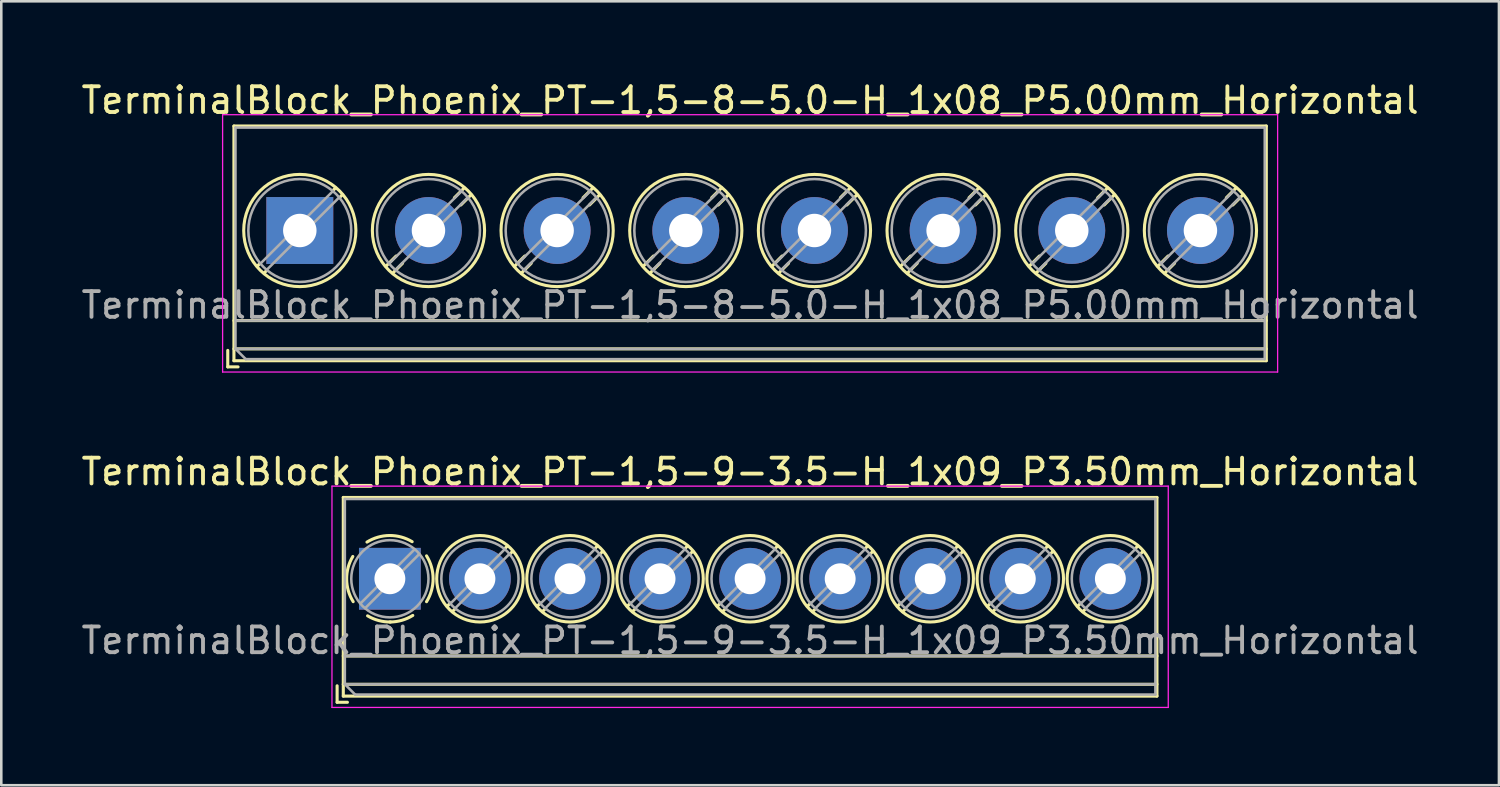
<source format=kicad_pcb>
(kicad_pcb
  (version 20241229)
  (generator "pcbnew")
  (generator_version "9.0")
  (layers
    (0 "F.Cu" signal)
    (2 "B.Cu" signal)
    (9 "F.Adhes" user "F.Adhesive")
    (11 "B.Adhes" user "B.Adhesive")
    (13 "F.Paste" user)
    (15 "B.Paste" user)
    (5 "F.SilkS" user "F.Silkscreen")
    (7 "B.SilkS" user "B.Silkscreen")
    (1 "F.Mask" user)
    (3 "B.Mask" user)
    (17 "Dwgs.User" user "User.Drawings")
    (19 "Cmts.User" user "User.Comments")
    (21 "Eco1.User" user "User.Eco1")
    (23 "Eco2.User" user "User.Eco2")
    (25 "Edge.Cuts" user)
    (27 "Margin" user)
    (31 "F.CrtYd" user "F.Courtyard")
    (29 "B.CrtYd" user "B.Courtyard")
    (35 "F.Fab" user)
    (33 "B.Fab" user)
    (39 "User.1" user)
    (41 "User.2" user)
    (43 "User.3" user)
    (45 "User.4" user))
  (footprint "TerminalBlock_Phoenix_PT-1,5-9-3.5-H_1x09_P3.50mm_Horizontal"
    (layer "F.Cu")
    (at 12.101 19.442)
    (property "Reference" "TerminalBlock_Phoenix_PT-1,5-9-3.5-H_1x09_P3.50mm_Horizontal" (at 14 -4.16 0) (layer "F.SilkS") (effects (font (size 1 1) (thickness 0.15))))
    (attr through_hole)
    (fp_line (start -2.05 4.16) (end -2.05 4.8) (stroke (width 0.12) (type solid)) (layer "F.SilkS"))
    (fp_line (start -2.05 4.8) (end -1.65 4.8) (stroke (width 0.12) (type solid)) (layer "F.SilkS"))
    (fp_line (start -1.81 -3.16) (end -1.81 4.56) (stroke (width 0.12) (type solid)) (layer "F.SilkS"))
    (fp_line (start -1.81 -3.16) (end 29.81 -3.16) (stroke (width 0.12) (type solid)) (layer "F.SilkS"))
    (fp_line (start -1.81 3) (end 29.81 3) (stroke (width 0.12) (type solid)) (layer "F.SilkS"))
    (fp_line (start -1.81 4.1) (end 29.81 4.1) (stroke (width 0.12) (type solid)) (layer "F.SilkS"))
    (fp_line (start -1.81 4.56) (end 29.81 4.56) (stroke (width 0.12) (type solid)) (layer "F.SilkS"))
    (fp_line (start 2.355 0.941) (end 2.226 1.069) (stroke (width 0.12) (type solid)) (layer "F.SilkS"))
    (fp_line (start 2.525 1.181) (end 2.431 1.274) (stroke (width 0.12) (type solid)) (layer "F.SilkS"))
    (fp_line (start 4.57 -1.275) (end 4.476 -1.181) (stroke (width 0.12) (type solid)) (layer "F.SilkS"))
    (fp_line (start 4.775 -1.069) (end 4.646 -0.941) (stroke (width 0.12) (type solid)) (layer "F.SilkS"))
    (fp_line (start 5.855 0.941) (end 5.726 1.069) (stroke (width 0.12) (type solid)) (layer "F.SilkS"))
    (fp_line (start 6.025 1.181) (end 5.931 1.274) (stroke (width 0.12) (type solid)) (layer "F.SilkS"))
    (fp_line (start 8.07 -1.275) (end 7.976 -1.181) (stroke (width 0.12) (type solid)) (layer "F.SilkS"))
    (fp_line (start 8.275 -1.069) (end 8.146 -0.941) (stroke (width 0.12) (type solid)) (layer "F.SilkS"))
    (fp_line (start 9.355 0.941) (end 9.226 1.069) (stroke (width 0.12) (type solid)) (layer "F.SilkS"))
    (fp_line (start 9.525 1.181) (end 9.431 1.274) (stroke (width 0.12) (type solid)) (layer "F.SilkS"))
    (fp_line (start 11.57 -1.275) (end 11.476 -1.181) (stroke (width 0.12) (type solid)) (layer "F.SilkS"))
    (fp_line (start 11.775 -1.069) (end 11.646 -0.941) (stroke (width 0.12) (type solid)) (layer "F.SilkS"))
    (fp_line (start 12.855 0.941) (end 12.726 1.069) (stroke (width 0.12) (type solid)) (layer "F.SilkS"))
    (fp_line (start 13.025 1.181) (end 12.931 1.274) (stroke (width 0.12) (type solid)) (layer "F.SilkS"))
    (fp_line (start 15.07 -1.275) (end 14.976 -1.181) (stroke (width 0.12) (type solid)) (layer "F.SilkS"))
    (fp_line (start 15.275 -1.069) (end 15.146 -0.941) (stroke (width 0.12) (type solid)) (layer "F.SilkS"))
    (fp_line (start 16.355 0.941) (end 16.226 1.069) (stroke (width 0.12) (type solid)) (layer "F.SilkS"))
    (fp_line (start 16.525 1.181) (end 16.431 1.274) (stroke (width 0.12) (type solid)) (layer "F.SilkS"))
    (fp_line (start 18.57 -1.275) (end 18.476 -1.181) (stroke (width 0.12) (type solid)) (layer "F.SilkS"))
    (fp_line (start 18.775 -1.069) (end 18.646 -0.941) (stroke (width 0.12) (type solid)) (layer "F.SilkS"))
    (fp_line (start 19.855 0.941) (end 19.726 1.069) (stroke (width 0.12) (type solid)) (layer "F.SilkS"))
    (fp_line (start 20.025 1.181) (end 19.931 1.274) (stroke (width 0.12) (type solid)) (layer "F.SilkS"))
    (fp_line (start 22.07 -1.275) (end 21.976 -1.181) (stroke (width 0.12) (type solid)) (layer "F.SilkS"))
    (fp_line (start 22.275 -1.069) (end 22.146 -0.941) (stroke (width 0.12) (type solid)) (layer "F.SilkS"))
    (fp_line (start 23.355 0.941) (end 23.226 1.069) (stroke (width 0.12) (type solid)) (layer "F.SilkS"))
    (fp_line (start 23.525 1.181) (end 23.431 1.274) (stroke (width 0.12) (type solid)) (layer "F.SilkS"))
    (fp_line (start 25.57 -1.275) (end 25.476 -1.181) (stroke (width 0.12) (type solid)) (layer "F.SilkS"))
    (fp_line (start 25.775 -1.069) (end 25.646 -0.941) (stroke (width 0.12) (type solid)) (layer "F.SilkS"))
    (fp_line (start 26.855 0.941) (end 26.726 1.069) (stroke (width 0.12) (type solid)) (layer "F.SilkS"))
    (fp_line (start 27.025 1.181) (end 26.931 1.274) (stroke (width 0.12) (type solid)) (layer "F.SilkS"))
    (fp_line (start 29.07 -1.275) (end 28.976 -1.181) (stroke (width 0.12) (type solid)) (layer "F.SilkS"))
    (fp_line (start 29.275 -1.069) (end 29.146 -0.941) (stroke (width 0.12) (type solid)) (layer "F.SilkS"))
    (fp_line (start 29.81 -3.16) (end 29.81 4.56) (stroke (width 0.12) (type solid)) (layer "F.SilkS"))
    (fp_arc (start -1.425358 0.889894) (mid -1.680286 0.014012) (end -1.44 -0.866) (stroke (width 0.12) (type solid)) (layer "F.SilkS"))
    (fp_arc (start -0.889894 -1.425358) (mid -0.014012 -1.680286) (end 0.866 -1.44) (stroke (width 0.12) (type solid)) (layer "F.SilkS"))
    (fp_arc (start 0.028674 1.680099) (mid -0.435535 1.622918) (end -0.866 1.44) (stroke (width 0.12) (type solid)) (layer "F.SilkS"))
    (fp_arc (start 0.890264 1.424721) (mid 0.463071 1.61492) (end 0 1.68) (stroke (width 0.12) (type solid)) (layer "F.SilkS"))
    (fp_arc (start 1.425504 -0.890193) (mid 1.680626 0.000476) (end 1.425 0.891) (stroke (width 0.12) (type solid)) (layer "F.SilkS"))
    (fp_circle (center 3.5 0) (end 5.18 0) (stroke (width 0.12) (type solid)) (fill no) (layer "F.SilkS"))
    (fp_circle (center 7 0) (end 8.68 0) (stroke (width 0.12) (type solid)) (fill no) (layer "F.SilkS"))
    (fp_circle (center 10.5 0) (end 12.18 0) (stroke (width 0.12) (type solid)) (fill no) (layer "F.SilkS"))
    (fp_circle (center 14 0) (end 15.68 0) (stroke (width 0.12) (type solid)) (fill no) (layer "F.SilkS"))
    (fp_circle (center 17.5 0) (end 19.18 0) (stroke (width 0.12) (type solid)) (fill no) (layer "F.SilkS"))
    (fp_circle (center 21 0) (end 22.68 0) (stroke (width 0.12) (type solid)) (fill no) (layer "F.SilkS"))
    (fp_circle (center 24.5 0) (end 26.18 0) (stroke (width 0.12) (type solid)) (fill no) (layer "F.SilkS"))
    (fp_circle (center 28 0) (end 29.68 0) (stroke (width 0.12) (type solid)) (fill no) (layer "F.SilkS"))
    (fp_line (start -2.25 -3.6) (end -2.25 5) (stroke (width 0.05) (type solid)) (layer "F.CrtYd"))
    (fp_line (start -2.25 5) (end 30.25 5) (stroke (width 0.05) (type solid)) (layer "F.CrtYd"))
    (fp_line (start 30.25 -3.6) (end -2.25 -3.6) (stroke (width 0.05) (type solid)) (layer "F.CrtYd"))
    (fp_line (start 30.25 5) (end 30.25 -3.6) (stroke (width 0.05) (type solid)) (layer "F.CrtYd"))
    (fp_line (start -1.75 -3.1) (end 29.75 -3.1) (stroke (width 0.1) (type solid)) (layer "F.Fab"))
    (fp_line (start -1.75 3) (end 29.75 3) (stroke (width 0.1) (type solid)) (layer "F.Fab"))
    (fp_line (start -1.75 4.1) (end -1.75 -3.1) (stroke (width 0.1) (type solid)) (layer "F.Fab"))
    (fp_line (start -1.75 4.1) (end 29.75 4.1) (stroke (width 0.1) (type solid)) (layer "F.Fab"))
    (fp_line (start -1.35 4.5) (end -1.75 4.1) (stroke (width 0.1) (type solid)) (layer "F.Fab"))
    (fp_line (start 0.955 -1.138) (end -1.138 0.955) (stroke (width 0.1) (type solid)) (layer "F.Fab"))
    (fp_line (start 1.138 -0.955) (end -0.955 1.138) (stroke (width 0.1) (type solid)) (layer "F.Fab"))
    (fp_line (start 4.455 -1.138) (end 2.363 0.955) (stroke (width 0.1) (type solid)) (layer "F.Fab"))
    (fp_line (start 4.638 -0.955) (end 2.546 1.138) (stroke (width 0.1) (type solid)) (layer "F.Fab"))
    (fp_line (start 7.955 -1.138) (end 5.863 0.955) (stroke (width 0.1) (type solid)) (layer "F.Fab"))
    (fp_line (start 8.138 -0.955) (end 6.046 1.138) (stroke (width 0.1) (type solid)) (layer "F.Fab"))
    (fp_line (start 11.455 -1.138) (end 9.363 0.955) (stroke (width 0.1) (type solid)) (layer "F.Fab"))
    (fp_line (start 11.638 -0.955) (end 9.546 1.138) (stroke (width 0.1) (type solid)) (layer "F.Fab"))
    (fp_line (start 14.955 -1.138) (end 12.863 0.955) (stroke (width 0.1) (type solid)) (layer "F.Fab"))
    (fp_line (start 15.138 -0.955) (end 13.046 1.138) (stroke (width 0.1) (type solid)) (layer "F.Fab"))
    (fp_line (start 18.455 -1.138) (end 16.363 0.955) (stroke (width 0.1) (type solid)) (layer "F.Fab"))
    (fp_line (start 18.638 -0.955) (end 16.546 1.138) (stroke (width 0.1) (type solid)) (layer "F.Fab"))
    (fp_line (start 21.955 -1.138) (end 19.863 0.955) (stroke (width 0.1) (type solid)) (layer "F.Fab"))
    (fp_line (start 22.138 -0.955) (end 20.046 1.138) (stroke (width 0.1) (type solid)) (layer "F.Fab"))
    (fp_line (start 25.455 -1.138) (end 23.363 0.955) (stroke (width 0.1) (type solid)) (layer "F.Fab"))
    (fp_line (start 25.638 -0.955) (end 23.546 1.138) (stroke (width 0.1) (type solid)) (layer "F.Fab"))
    (fp_line (start 28.955 -1.138) (end 26.863 0.955) (stroke (width 0.1) (type solid)) (layer "F.Fab"))
    (fp_line (start 29.138 -0.955) (end 27.046 1.138) (stroke (width 0.1) (type solid)) (layer "F.Fab"))
    (fp_line (start 29.75 -3.1) (end 29.75 4.5) (stroke (width 0.1) (type solid)) (layer "F.Fab"))
    (fp_line (start 29.75 4.5) (end -1.35 4.5) (stroke (width 0.1) (type solid)) (layer "F.Fab"))
    (fp_circle (center 0 0) (end 1.5 0) (stroke (width 0.1) (type solid)) (fill no) (layer "F.Fab"))
    (fp_circle (center 3.5 0) (end 5 0) (stroke (width 0.1) (type solid)) (fill no) (layer "F.Fab"))
    (fp_circle (center 7 0) (end 8.5 0) (stroke (width 0.1) (type solid)) (fill no) (layer "F.Fab"))
    (fp_circle (center 10.5 0) (end 12 0) (stroke (width 0.1) (type solid)) (fill no) (layer "F.Fab"))
    (fp_circle (center 14 0) (end 15.5 0) (stroke (width 0.1) (type solid)) (fill no) (layer "F.Fab"))
    (fp_circle (center 17.5 0) (end 19 0) (stroke (width 0.1) (type solid)) (fill no) (layer "F.Fab"))
    (fp_circle (center 21 0) (end 22.5 0) (stroke (width 0.1) (type solid)) (fill no) (layer "F.Fab"))
    (fp_circle (center 24.5 0) (end 26 0) (stroke (width 0.1) (type solid)) (fill no) (layer "F.Fab"))
    (fp_circle (center 28 0) (end 29.5 0) (stroke (width 0.1) (type solid)) (fill no) (layer "F.Fab"))
    (fp_text user "${REFERENCE}" (at 14 2.4 0) (layer "F.Fab") (effects (font (size 1 1) (thickness 0.15))))
    (pad "1" thru_hole rect (at 0 0) (size 2.4 2.4) (drill 1.2) (layers "*.Cu" "*.Mask"))
    (pad "2" thru_hole circle (at 3.5 0) (size 2.4 2.4) (drill 1.2) (layers "*.Cu" "*.Mask"))
    (pad "3" thru_hole circle (at 7 0) (size 2.4 2.4) (drill 1.2) (layers "*.Cu" "*.Mask"))
    (pad "4" thru_hole circle (at 10.5 0) (size 2.4 2.4) (drill 1.2) (layers "*.Cu" "*.Mask"))
    (pad "5" thru_hole circle (at 14 0) (size 2.4 2.4) (drill 1.2) (layers "*.Cu" "*.Mask"))
    (pad "6" thru_hole circle (at 17.5 0) (size 2.4 2.4) (drill 1.2) (layers "*.Cu" "*.Mask"))
    (pad "7" thru_hole circle (at 21 0) (size 2.4 2.4) (drill 1.2) (layers "*.Cu" "*.Mask"))
    (pad "8" thru_hole circle (at 24.5 0) (size 2.4 2.4) (drill 1.2) (layers "*.Cu" "*.Mask"))
    (pad "9" thru_hole circle (at 28 0) (size 2.4 2.4) (drill 1.2) (layers "*.Cu" "*.Mask")))
  (footprint "TerminalBlock_Phoenix_PT-1,5-8-5.0-H_1x08_P5.00mm_Horizontal"
    (layer "F.Cu")
    (at 8.601 5.908)
    (property "Reference" "TerminalBlock_Phoenix_PT-1,5-8-5.0-H_1x08_P5.00mm_Horizontal" (at 17.5 -5.06 0) (layer "F.SilkS") (effects (font (size 1 1) (thickness 0.15))))
    (attr through_hole)
    (fp_line (start -2.8 4.66) (end -2.8 5.3) (stroke (width 0.12) (type solid)) (layer "F.SilkS"))
    (fp_line (start -2.8 5.3) (end -2.4 5.3) (stroke (width 0.12) (type solid)) (layer "F.SilkS"))
    (fp_line (start -2.56 -4.06) (end -2.56 5.06) (stroke (width 0.12) (type solid)) (layer "F.SilkS"))
    (fp_line (start -2.56 -4.06) (end 37.56 -4.06) (stroke (width 0.12) (type solid)) (layer "F.SilkS"))
    (fp_line (start -2.56 3.5) (end 37.56 3.5) (stroke (width 0.12) (type solid)) (layer "F.SilkS"))
    (fp_line (start -2.56 4.6) (end 37.56 4.6) (stroke (width 0.12) (type solid)) (layer "F.SilkS"))
    (fp_line (start -2.56 5.06) (end 37.56 5.06) (stroke (width 0.12) (type solid)) (layer "F.SilkS"))
    (fp_line (start -1.548 1.281) (end -1.654 1.388) (stroke (width 0.12) (type solid)) (layer "F.SilkS"))
    (fp_line (start -1.282 1.547) (end -1.388 1.654) (stroke (width 0.12) (type solid)) (layer "F.SilkS"))
    (fp_line (start 1.388 -1.654) (end 1.281 -1.547) (stroke (width 0.12) (type solid)) (layer "F.SilkS"))
    (fp_line (start 1.654 -1.388) (end 1.547 -1.281) (stroke (width 0.12) (type solid)) (layer "F.SilkS"))
    (fp_line (start 3.742 0.992) (end 3.347 1.388) (stroke (width 0.12) (type solid)) (layer "F.SilkS"))
    (fp_line (start 3.993 1.274) (end 3.613 1.654) (stroke (width 0.12) (type solid)) (layer "F.SilkS"))
    (fp_line (start 6.388 -1.654) (end 6.008 -1.274) (stroke (width 0.12) (type solid)) (layer "F.SilkS"))
    (fp_line (start 6.654 -1.388) (end 6.259 -0.992) (stroke (width 0.12) (type solid)) (layer "F.SilkS"))
    (fp_line (start 8.742 0.992) (end 8.347 1.388) (stroke (width 0.12) (type solid)) (layer "F.SilkS"))
    (fp_line (start 8.993 1.274) (end 8.613 1.654) (stroke (width 0.12) (type solid)) (layer "F.SilkS"))
    (fp_line (start 11.388 -1.654) (end 11.008 -1.274) (stroke (width 0.12) (type solid)) (layer "F.SilkS"))
    (fp_line (start 11.654 -1.388) (end 11.259 -0.992) (stroke (width 0.12) (type solid)) (layer "F.SilkS"))
    (fp_line (start 13.742 0.992) (end 13.347 1.388) (stroke (width 0.12) (type solid)) (layer "F.SilkS"))
    (fp_line (start 13.993 1.274) (end 13.613 1.654) (stroke (width 0.12) (type solid)) (layer "F.SilkS"))
    (fp_line (start 16.388 -1.654) (end 16.008 -1.274) (stroke (width 0.12) (type solid)) (layer "F.SilkS"))
    (fp_line (start 16.654 -1.388) (end 16.259 -0.992) (stroke (width 0.12) (type solid)) (layer "F.SilkS"))
    (fp_line (start 18.742 0.992) (end 18.347 1.388) (stroke (width 0.12) (type solid)) (layer "F.SilkS"))
    (fp_line (start 18.993 1.274) (end 18.613 1.654) (stroke (width 0.12) (type solid)) (layer "F.SilkS"))
    (fp_line (start 21.388 -1.654) (end 21.008 -1.274) (stroke (width 0.12) (type solid)) (layer "F.SilkS"))
    (fp_line (start 21.654 -1.388) (end 21.259 -0.992) (stroke (width 0.12) (type solid)) (layer "F.SilkS"))
    (fp_line (start 23.742 0.992) (end 23.347 1.388) (stroke (width 0.12) (type solid)) (layer "F.SilkS"))
    (fp_line (start 23.993 1.274) (end 23.613 1.654) (stroke (width 0.12) (type solid)) (layer "F.SilkS"))
    (fp_line (start 26.388 -1.654) (end 26.008 -1.274) (stroke (width 0.12) (type solid)) (layer "F.SilkS"))
    (fp_line (start 26.654 -1.388) (end 26.259 -0.992) (stroke (width 0.12) (type solid)) (layer "F.SilkS"))
    (fp_line (start 28.742 0.992) (end 28.347 1.388) (stroke (width 0.12) (type solid)) (layer "F.SilkS"))
    (fp_line (start 28.993 1.274) (end 28.613 1.654) (stroke (width 0.12) (type solid)) (layer "F.SilkS"))
    (fp_line (start 31.388 -1.654) (end 31.008 -1.274) (stroke (width 0.12) (type solid)) (layer "F.SilkS"))
    (fp_line (start 31.654 -1.388) (end 31.259 -0.992) (stroke (width 0.12) (type solid)) (layer "F.SilkS"))
    (fp_line (start 33.742 0.992) (end 33.347 1.388) (stroke (width 0.12) (type solid)) (layer "F.SilkS"))
    (fp_line (start 33.993 1.274) (end 33.613 1.654) (stroke (width 0.12) (type solid)) (layer "F.SilkS"))
    (fp_line (start 36.388 -1.654) (end 36.008 -1.274) (stroke (width 0.12) (type solid)) (layer "F.SilkS"))
    (fp_line (start 36.654 -1.388) (end 36.259 -0.992) (stroke (width 0.12) (type solid)) (layer "F.SilkS"))
    (fp_line (start 37.56 -4.06) (end 37.56 5.06) (stroke (width 0.12) (type solid)) (layer "F.SilkS"))
    (fp_circle (center 0 0) (end 2.18 0) (stroke (width 0.12) (type solid)) (fill no) (layer "F.SilkS"))
    (fp_circle (center 5 0) (end 7.18 0) (stroke (width 0.12) (type solid)) (fill no) (layer "F.SilkS"))
    (fp_circle (center 10 0) (end 12.18 0) (stroke (width 0.12) (type solid)) (fill no) (layer "F.SilkS"))
    (fp_circle (center 15 0) (end 17.18 0) (stroke (width 0.12) (type solid)) (fill no) (layer "F.SilkS"))
    (fp_circle (center 20 0) (end 22.18 0) (stroke (width 0.12) (type solid)) (fill no) (layer "F.SilkS"))
    (fp_circle (center 25 0) (end 27.18 0) (stroke (width 0.12) (type solid)) (fill no) (layer "F.SilkS"))
    (fp_circle (center 30 0) (end 32.18 0) (stroke (width 0.12) (type solid)) (fill no) (layer "F.SilkS"))
    (fp_circle (center 35 0) (end 37.18 0) (stroke (width 0.12) (type solid)) (fill no) (layer "F.SilkS"))
    (fp_line (start -3 -4.5) (end -3 5.5) (stroke (width 0.05) (type solid)) (layer "F.CrtYd"))
    (fp_line (start -3 5.5) (end 38 5.5) (stroke (width 0.05) (type solid)) (layer "F.CrtYd"))
    (fp_line (start 38 -4.5) (end -3 -4.5) (stroke (width 0.05) (type solid)) (layer "F.CrtYd"))
    (fp_line (start 38 5.5) (end 38 -4.5) (stroke (width 0.05) (type solid)) (layer "F.CrtYd"))
    (fp_line (start -2.5 -4) (end 37.5 -4) (stroke (width 0.1) (type solid)) (layer "F.Fab"))
    (fp_line (start -2.5 3.5) (end 37.5 3.5) (stroke (width 0.1) (type solid)) (layer "F.Fab"))
    (fp_line (start -2.5 4.6) (end -2.5 -4) (stroke (width 0.1) (type solid)) (layer "F.Fab"))
    (fp_line (start -2.5 4.6) (end 37.5 4.6) (stroke (width 0.1) (type solid)) (layer "F.Fab"))
    (fp_line (start -2.1 5) (end -2.5 4.6) (stroke (width 0.1) (type solid)) (layer "F.Fab"))
    (fp_line (start 1.273 -1.517) (end -1.517 1.273) (stroke (width 0.1) (type solid)) (layer "F.Fab"))
    (fp_line (start 1.517 -1.273) (end -1.273 1.517) (stroke (width 0.1) (type solid)) (layer "F.Fab"))
    (fp_line (start 6.273 -1.517) (end 3.484 1.273) (stroke (width 0.1) (type solid)) (layer "F.Fab"))
    (fp_line (start 6.517 -1.273) (end 3.728 1.517) (stroke (width 0.1) (type solid)) (layer "F.Fab"))
    (fp_line (start 11.273 -1.517) (end 8.484 1.273) (stroke (width 0.1) (type solid)) (layer "F.Fab"))
    (fp_line (start 11.517 -1.273) (end 8.728 1.517) (stroke (width 0.1) (type solid)) (layer "F.Fab"))
    (fp_line (start 16.273 -1.517) (end 13.484 1.273) (stroke (width 0.1) (type solid)) (layer "F.Fab"))
    (fp_line (start 16.517 -1.273) (end 13.728 1.517) (stroke (width 0.1) (type solid)) (layer "F.Fab"))
    (fp_line (start 21.273 -1.517) (end 18.484 1.273) (stroke (width 0.1) (type solid)) (layer "F.Fab"))
    (fp_line (start 21.517 -1.273) (end 18.728 1.517) (stroke (width 0.1) (type solid)) (layer "F.Fab"))
    (fp_line (start 26.273 -1.517) (end 23.484 1.273) (stroke (width 0.1) (type solid)) (layer "F.Fab"))
    (fp_line (start 26.517 -1.273) (end 23.728 1.517) (stroke (width 0.1) (type solid)) (layer "F.Fab"))
    (fp_line (start 31.273 -1.517) (end 28.484 1.273) (stroke (width 0.1) (type solid)) (layer "F.Fab"))
    (fp_line (start 31.517 -1.273) (end 28.728 1.517) (stroke (width 0.1) (type solid)) (layer "F.Fab"))
    (fp_line (start 36.273 -1.517) (end 33.484 1.273) (stroke (width 0.1) (type solid)) (layer "F.Fab"))
    (fp_line (start 36.517 -1.273) (end 33.728 1.517) (stroke (width 0.1) (type solid)) (layer "F.Fab"))
    (fp_line (start 37.5 -4) (end 37.5 5) (stroke (width 0.1) (type solid)) (layer "F.Fab"))
    (fp_line (start 37.5 5) (end -2.1 5) (stroke (width 0.1) (type solid)) (layer "F.Fab"))
    (fp_circle (center 0 0) (end 2 0) (stroke (width 0.1) (type solid)) (fill no) (layer "F.Fab"))
    (fp_circle (center 5 0) (end 7 0) (stroke (width 0.1) (type solid)) (fill no) (layer "F.Fab"))
    (fp_circle (center 10 0) (end 12 0) (stroke (width 0.1) (type solid)) (fill no) (layer "F.Fab"))
    (fp_circle (center 15 0) (end 17 0) (stroke (width 0.1) (type solid)) (fill no) (layer "F.Fab"))
    (fp_circle (center 20 0) (end 22 0) (stroke (width 0.1) (type solid)) (fill no) (layer "F.Fab"))
    (fp_circle (center 25 0) (end 27 0) (stroke (width 0.1) (type solid)) (fill no) (layer "F.Fab"))
    (fp_circle (center 30 0) (end 32 0) (stroke (width 0.1) (type solid)) (fill no) (layer "F.Fab"))
    (fp_circle (center 35 0) (end 37 0) (stroke (width 0.1) (type solid)) (fill no) (layer "F.Fab"))
    (fp_text user "${REFERENCE}" (at 17.5 2.9 0) (layer "F.Fab") (effects (font (size 1 1) (thickness 0.15))))
    (pad "1" thru_hole rect (at 0 0) (size 2.6 2.6) (drill 1.3) (layers "*.Cu" "*.Mask"))
    (pad "2" thru_hole circle (at 5 0) (size 2.6 2.6) (drill 1.3) (layers "*.Cu" "*.Mask"))
    (pad "3" thru_hole circle (at 10 0) (size 2.6 2.6) (drill 1.3) (layers "*.Cu" "*.Mask"))
    (pad "4" thru_hole circle (at 15 0) (size 2.6 2.6) (drill 1.3) (layers "*.Cu" "*.Mask"))
    (pad "5" thru_hole circle (at 20 0) (size 2.6 2.6) (drill 1.3) (layers "*.Cu" "*.Mask"))
    (pad "6" thru_hole circle (at 25 0) (size 2.6 2.6) (drill 1.3) (layers "*.Cu" "*.Mask"))
    (pad "7" thru_hole circle (at 30 0) (size 2.6 2.6) (drill 1.3) (layers "*.Cu" "*.Mask"))
    (pad "8" thru_hole circle (at 35 0) (size 2.6 2.6) (drill 1.3) (layers "*.Cu" "*.Mask")))
  (gr_rect
    (start -3 -3)
    (end 55.202 27.466)
    (stroke (width 0.1) (type default))
    (fill no)
    (layer "Edge.Cuts")))
</source>
